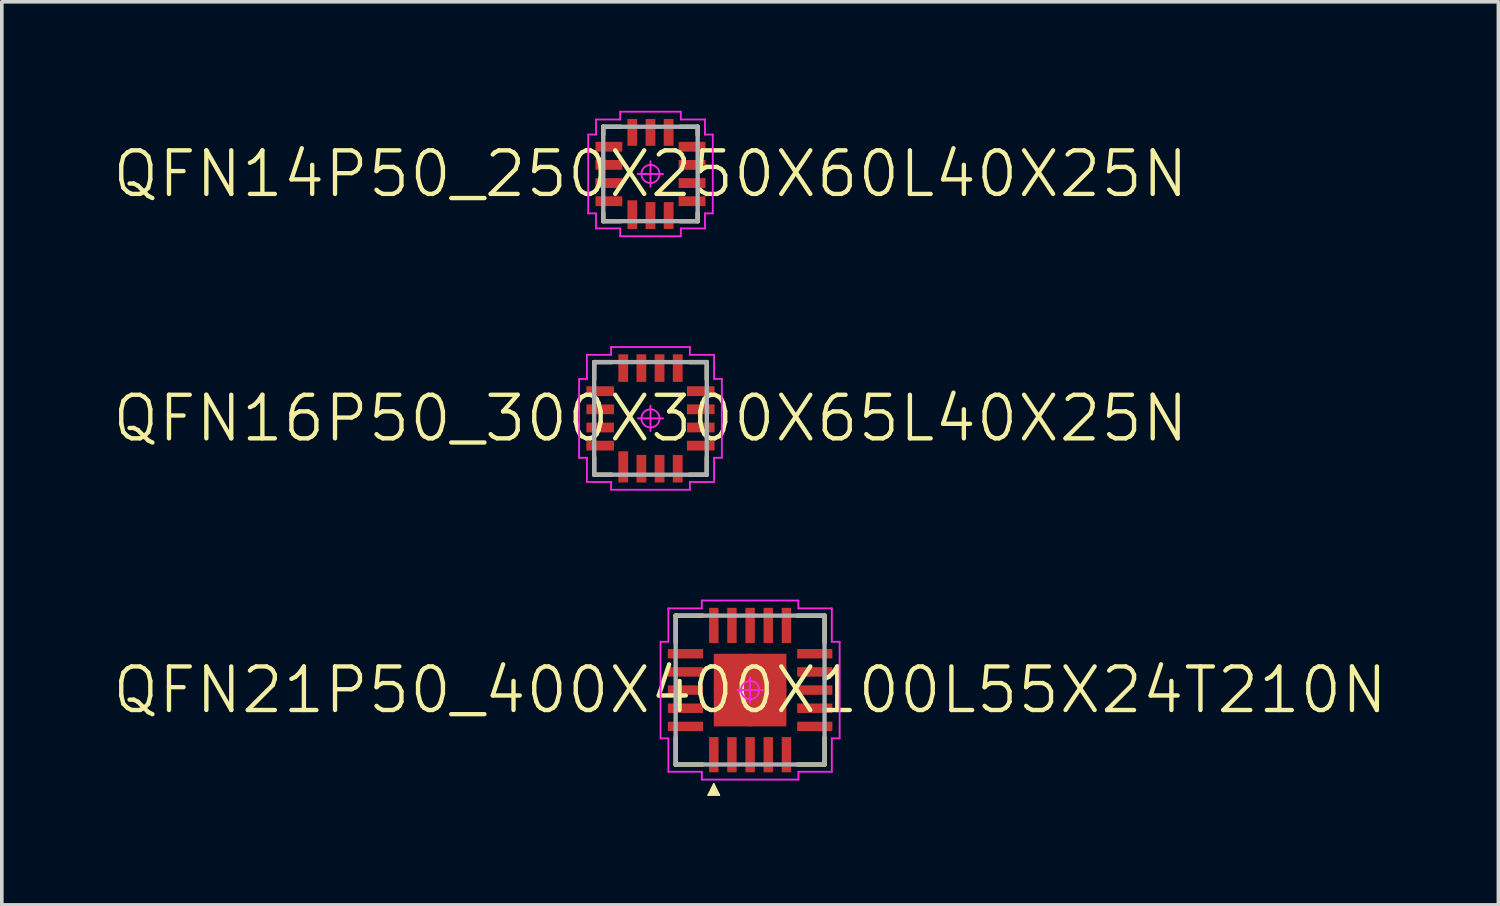
<source format=kicad_pcb>
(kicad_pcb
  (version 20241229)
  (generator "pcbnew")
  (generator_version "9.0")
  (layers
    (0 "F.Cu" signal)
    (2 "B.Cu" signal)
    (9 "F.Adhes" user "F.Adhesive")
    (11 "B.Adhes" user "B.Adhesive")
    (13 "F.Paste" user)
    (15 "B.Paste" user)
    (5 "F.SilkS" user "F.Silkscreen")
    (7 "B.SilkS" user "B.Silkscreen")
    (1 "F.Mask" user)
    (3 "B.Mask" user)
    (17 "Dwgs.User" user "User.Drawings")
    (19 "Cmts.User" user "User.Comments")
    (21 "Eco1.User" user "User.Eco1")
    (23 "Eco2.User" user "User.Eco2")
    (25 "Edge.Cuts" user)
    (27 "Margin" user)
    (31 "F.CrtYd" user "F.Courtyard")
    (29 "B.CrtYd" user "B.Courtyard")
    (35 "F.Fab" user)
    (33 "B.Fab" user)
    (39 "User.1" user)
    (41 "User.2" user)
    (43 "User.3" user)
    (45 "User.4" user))
  (footprint "QFN16P50_300X300X65L40X25N"
    (layer "F.Cu")
    (at 14.86 8.47)
    (property "Reference" "QFN16P50_300X300X65L40X25N" (at 0 0 0) (layer "F.SilkS") (effects (font (size 1.2 1.2) (thickness 0.12))))
    (attr smd)
    (fp_line (start -1.55 -1.55) (end -1.55 -1.07) (stroke (width 0.12) (type solid)) (layer "F.SilkS"))
    (fp_line (start -1.55 1.55) (end -1.55 1.07) (stroke (width 0.12) (type solid)) (layer "F.SilkS"))
    (fp_line (start -1.07 -1.55) (end -1.55 -1.55) (stroke (width 0.12) (type solid)) (layer "F.SilkS"))
    (fp_line (start -1.07 1.55) (end -1.55 1.55) (stroke (width 0.12) (type solid)) (layer "F.SilkS"))
    (fp_line (start 1.07 -1.55) (end 1.55 -1.55) (stroke (width 0.12) (type solid)) (layer "F.SilkS"))
    (fp_line (start 1.07 1.55) (end 1.55 1.55) (stroke (width 0.12) (type solid)) (layer "F.SilkS"))
    (fp_line (start 1.55 -1.55) (end 1.55 -1.07) (stroke (width 0.12) (type solid)) (layer "F.SilkS"))
    (fp_line (start 1.55 1.55) (end 1.55 1.07) (stroke (width 0.12) (type solid)) (layer "F.SilkS"))
    (fp_line (start -1.965 -1.085) (end -1.965 1.085) (stroke (width 0.05) (type solid)) (layer "F.CrtYd"))
    (fp_line (start -1.965 1.085) (end -1.75 1.085) (stroke (width 0.05) (type solid)) (layer "F.CrtYd"))
    (fp_line (start -1.75 -1.75) (end -1.75 -1.085) (stroke (width 0.05) (type solid)) (layer "F.CrtYd"))
    (fp_line (start -1.75 -1.085) (end -1.965 -1.085) (stroke (width 0.05) (type solid)) (layer "F.CrtYd"))
    (fp_line (start -1.75 1.085) (end -1.75 1.75) (stroke (width 0.05) (type solid)) (layer "F.CrtYd"))
    (fp_line (start -1.75 1.75) (end -1.085 1.75) (stroke (width 0.05) (type solid)) (layer "F.CrtYd"))
    (fp_line (start -1.085 -1.965) (end -1.085 -1.75) (stroke (width 0.05) (type solid)) (layer "F.CrtYd"))
    (fp_line (start -1.085 -1.75) (end -1.75 -1.75) (stroke (width 0.05) (type solid)) (layer "F.CrtYd"))
    (fp_line (start -1.085 1.75) (end -1.085 1.965) (stroke (width 0.05) (type solid)) (layer "F.CrtYd"))
    (fp_line (start -1.085 1.965) (end 1.085 1.965) (stroke (width 0.05) (type solid)) (layer "F.CrtYd"))
    (fp_line (start -0.35 0) (end 0.35 0) (stroke (width 0.05) (type solid)) (layer "F.CrtYd"))
    (fp_line (start 0 -0.35) (end 0 0.35) (stroke (width 0.05) (type solid)) (layer "F.CrtYd"))
    (fp_line (start 1.085 -1.965) (end -1.085 -1.965) (stroke (width 0.05) (type solid)) (layer "F.CrtYd"))
    (fp_line (start 1.085 -1.75) (end 1.085 -1.965) (stroke (width 0.05) (type solid)) (layer "F.CrtYd"))
    (fp_line (start 1.085 1.75) (end 1.75 1.75) (stroke (width 0.05) (type solid)) (layer "F.CrtYd"))
    (fp_line (start 1.085 1.965) (end 1.085 1.75) (stroke (width 0.05) (type solid)) (layer "F.CrtYd"))
    (fp_line (start 1.75 -1.75) (end 1.085 -1.75) (stroke (width 0.05) (type solid)) (layer "F.CrtYd"))
    (fp_line (start 1.75 -1.085) (end 1.75 -1.75) (stroke (width 0.05) (type solid)) (layer "F.CrtYd"))
    (fp_line (start 1.75 1.085) (end 1.965 1.085) (stroke (width 0.05) (type solid)) (layer "F.CrtYd"))
    (fp_line (start 1.75 1.75) (end 1.75 1.085) (stroke (width 0.05) (type solid)) (layer "F.CrtYd"))
    (fp_line (start 1.965 -1.085) (end 1.75 -1.085) (stroke (width 0.05) (type solid)) (layer "F.CrtYd"))
    (fp_line (start 1.965 1.085) (end 1.965 -1.085) (stroke (width 0.05) (type solid)) (layer "F.CrtYd"))
    (fp_circle (center 0 0) (end 0 0.25) (stroke (width 0.05) (type solid)) (fill no) (layer "F.CrtYd"))
    (fp_line (start -1.55 -1.55) (end 1.55 -1.55) (stroke (width 0.12) (type solid)) (layer "F.Fab"))
    (fp_line (start -1.55 1.55) (end -1.55 -1.55) (stroke (width 0.12) (type solid)) (layer "F.Fab"))
    (fp_line (start 1.55 -1.55) (end 1.55 1.55) (stroke (width 0.12) (type solid)) (layer "F.Fab"))
    (fp_line (start 1.55 1.55) (end -1.55 1.55) (stroke (width 0.12) (type solid)) (layer "F.Fab"))
    (pad "1" smd rect (at -0.75 1.335 90) (size 0.86 0.27) (layers "F.Cu" "F.Mask" "F.Paste"))
    (pad "2" smd rect (at -0.25 1.385 90) (size 0.76 0.27) (layers "F.Cu" "F.Mask" "F.Paste"))
    (pad "3" smd rect (at 0.25 1.385 90) (size 0.76 0.27) (layers "F.Cu" "F.Mask" "F.Paste"))
    (pad "4" smd rect (at 0.75 1.385 90) (size 0.76 0.27) (layers "F.Cu" "F.Mask" "F.Paste"))
    (pad "5" smd rect (at 1.385 0.75) (size 0.76 0.27) (layers "F.Cu" "F.Mask" "F.Paste"))
    (pad "6" smd rect (at 1.385 0.25) (size 0.76 0.27) (layers "F.Cu" "F.Mask" "F.Paste"))
    (pad "7" smd rect (at 1.385 -0.25) (size 0.76 0.27) (layers "F.Cu" "F.Mask" "F.Paste"))
    (pad "8" smd rect (at 1.385 -0.75) (size 0.76 0.27) (layers "F.Cu" "F.Mask" "F.Paste"))
    (pad "9" smd rect (at 0.75 -1.385 90) (size 0.76 0.27) (layers "F.Cu" "F.Mask" "F.Paste"))
    (pad "10" smd rect (at 0.25 -1.385 90) (size 0.76 0.27) (layers "F.Cu" "F.Mask" "F.Paste"))
    (pad "11" smd rect (at -0.25 -1.385 90) (size 0.76 0.27) (layers "F.Cu" "F.Mask" "F.Paste"))
    (pad "12" smd rect (at -0.75 -1.385 90) (size 0.76 0.27) (layers "F.Cu" "F.Mask" "F.Paste"))
    (pad "13" smd rect (at -1.385 -0.75) (size 0.76 0.27) (layers "F.Cu" "F.Mask" "F.Paste"))
    (pad "14" smd rect (at -1.385 -0.25) (size 0.76 0.27) (layers "F.Cu" "F.Mask" "F.Paste"))
    (pad "15" smd rect (at -1.385 0.25) (size 0.76 0.27) (layers "F.Cu" "F.Mask" "F.Paste"))
    (pad "16" smd rect (at -1.385 0.75) (size 0.76 0.27) (layers "F.Cu" "F.Mask" "F.Paste")))
  (footprint "QFN14P50_250X250X60L40X25N"
    (layer "F.Cu")
    (at 14.86 1.74)
    (property "Reference" "QFN14P50_250X250X60L40X25N" (at 0 0 0) (layer "F.SilkS") (effects (font (size 1.2 1.2) (thickness 0.12))))
    (attr smd)
    (fp_line (start -1.3 -1.3) (end -1.3 -1.07) (stroke (width 0.12) (type solid)) (layer "F.SilkS"))
    (fp_line (start -1.3 1.3) (end -1.3 1.07) (stroke (width 0.12) (type solid)) (layer "F.SilkS"))
    (fp_line (start -0.82 -1.3) (end -1.3 -1.3) (stroke (width 0.12) (type solid)) (layer "F.SilkS"))
    (fp_line (start -0.82 1.3) (end -1.3 1.3) (stroke (width 0.12) (type solid)) (layer "F.SilkS"))
    (fp_line (start 0.82 -1.3) (end 1.3 -1.3) (stroke (width 0.12) (type solid)) (layer "F.SilkS"))
    (fp_line (start 0.82 1.3) (end 1.3 1.3) (stroke (width 0.12) (type solid)) (layer "F.SilkS"))
    (fp_line (start 1.3 -1.3) (end 1.3 -1.07) (stroke (width 0.12) (type solid)) (layer "F.SilkS"))
    (fp_line (start 1.3 1.3) (end 1.3 1.07) (stroke (width 0.12) (type solid)) (layer "F.SilkS"))
    (fp_line (start -1.715 -1.085) (end -1.715 1.085) (stroke (width 0.05) (type solid)) (layer "F.CrtYd"))
    (fp_line (start -1.715 1.085) (end -1.5 1.085) (stroke (width 0.05) (type solid)) (layer "F.CrtYd"))
    (fp_line (start -1.5 -1.5) (end -1.5 -1.085) (stroke (width 0.05) (type solid)) (layer "F.CrtYd"))
    (fp_line (start -1.5 -1.085) (end -1.715 -1.085) (stroke (width 0.05) (type solid)) (layer "F.CrtYd"))
    (fp_line (start -1.5 1.085) (end -1.5 1.5) (stroke (width 0.05) (type solid)) (layer "F.CrtYd"))
    (fp_line (start -1.5 1.5) (end -0.835 1.5) (stroke (width 0.05) (type solid)) (layer "F.CrtYd"))
    (fp_line (start -0.835 -1.715) (end -0.835 -1.5) (stroke (width 0.05) (type solid)) (layer "F.CrtYd"))
    (fp_line (start -0.835 -1.5) (end -1.5 -1.5) (stroke (width 0.05) (type solid)) (layer "F.CrtYd"))
    (fp_line (start -0.835 1.5) (end -0.835 1.715) (stroke (width 0.05) (type solid)) (layer "F.CrtYd"))
    (fp_line (start -0.835 1.715) (end 0.835 1.715) (stroke (width 0.05) (type solid)) (layer "F.CrtYd"))
    (fp_line (start -0.35 0) (end 0.35 0) (stroke (width 0.05) (type solid)) (layer "F.CrtYd"))
    (fp_line (start 0 -0.35) (end 0 0.35) (stroke (width 0.05) (type solid)) (layer "F.CrtYd"))
    (fp_line (start 0.835 -1.715) (end -0.835 -1.715) (stroke (width 0.05) (type solid)) (layer "F.CrtYd"))
    (fp_line (start 0.835 -1.5) (end 0.835 -1.715) (stroke (width 0.05) (type solid)) (layer "F.CrtYd"))
    (fp_line (start 0.835 1.5) (end 1.5 1.5) (stroke (width 0.05) (type solid)) (layer "F.CrtYd"))
    (fp_line (start 0.835 1.715) (end 0.835 1.5) (stroke (width 0.05) (type solid)) (layer "F.CrtYd"))
    (fp_line (start 1.5 -1.5) (end 0.835 -1.5) (stroke (width 0.05) (type solid)) (layer "F.CrtYd"))
    (fp_line (start 1.5 -1.085) (end 1.5 -1.5) (stroke (width 0.05) (type solid)) (layer "F.CrtYd"))
    (fp_line (start 1.5 1.085) (end 1.715 1.085) (stroke (width 0.05) (type solid)) (layer "F.CrtYd"))
    (fp_line (start 1.5 1.5) (end 1.5 1.085) (stroke (width 0.05) (type solid)) (layer "F.CrtYd"))
    (fp_line (start 1.715 -1.085) (end 1.5 -1.085) (stroke (width 0.05) (type solid)) (layer "F.CrtYd"))
    (fp_line (start 1.715 1.085) (end 1.715 -1.085) (stroke (width 0.05) (type solid)) (layer "F.CrtYd"))
    (fp_circle (center 0 0) (end 0 0.25) (stroke (width 0.05) (type solid)) (fill no) (layer "F.CrtYd"))
    (fp_line (start -1.3 -1.3) (end 1.3 -1.3) (stroke (width 0.12) (type solid)) (layer "F.Fab"))
    (fp_line (start -1.3 1.3) (end -1.3 -1.3) (stroke (width 0.12) (type solid)) (layer "F.Fab"))
    (fp_line (start 1.3 -1.3) (end 1.3 1.3) (stroke (width 0.12) (type solid)) (layer "F.Fab"))
    (fp_line (start 1.3 1.3) (end -1.3 1.3) (stroke (width 0.12) (type solid)) (layer "F.Fab"))
    (pad "1" smd rect (at -0.5 1.12 90) (size 0.79 0.27) (layers "F.Cu" "F.Mask" "F.Paste"))
    (pad "2" smd rect (at 0 1.145 90) (size 0.74 0.27) (layers "F.Cu" "F.Mask" "F.Paste"))
    (pad "3" smd rect (at 0.5 1.145 90) (size 0.74 0.27) (layers "F.Cu" "F.Mask" "F.Paste"))
    (pad "4" smd rect (at 1.145 0.75) (size 0.74 0.27) (layers "F.Cu" "F.Mask" "F.Paste"))
    (pad "5" smd rect (at 1.145 0.25) (size 0.74 0.27) (layers "F.Cu" "F.Mask" "F.Paste"))
    (pad "6" smd rect (at 1.145 -0.25) (size 0.74 0.27) (layers "F.Cu" "F.Mask" "F.Paste"))
    (pad "7" smd rect (at 1.145 -0.75) (size 0.74 0.27) (layers "F.Cu" "F.Mask" "F.Paste"))
    (pad "8" smd rect (at 0.5 -1.145 90) (size 0.74 0.27) (layers "F.Cu" "F.Mask" "F.Paste"))
    (pad "9" smd rect (at 0 -1.145 90) (size 0.74 0.27) (layers "F.Cu" "F.Mask" "F.Paste"))
    (pad "10" smd rect (at -0.5 -1.145 90) (size 0.74 0.27) (layers "F.Cu" "F.Mask" "F.Paste"))
    (pad "11" smd rect (at -1.145 -0.75) (size 0.74 0.27) (layers "F.Cu" "F.Mask" "F.Paste"))
    (pad "12" smd rect (at -1.145 -0.25) (size 0.74 0.27) (layers "F.Cu" "F.Mask" "F.Paste"))
    (pad "13" smd rect (at -1.145 0.25) (size 0.74 0.27) (layers "F.Cu" "F.Mask" "F.Paste"))
    (pad "14" smd rect (at -1.145 0.75) (size 0.74 0.27) (layers "F.Cu" "F.Mask" "F.Paste")))
  (footprint "QFN21P50_400X400X100L55X24T210N"
    (layer "F.Cu")
    (at 17.603 15.95)
    (property "Reference" "QFN21P50_400X400X100L55X24T210N" (at 0 0 0) (layer "F.SilkS") (effects (font (size 1.2 1.2) (thickness 0.12))))
    (attr smd)
    (fp_line (start -2.05 -2.05) (end -2.05 -1.31) (stroke (width 0.12) (type solid)) (layer "F.SilkS"))
    (fp_line (start -2.05 2.05) (end -2.05 1.31) (stroke (width 0.12) (type solid)) (layer "F.SilkS"))
    (fp_line (start -1.31 -2.05) (end -2.05 -2.05) (stroke (width 0.12) (type solid)) (layer "F.SilkS"))
    (fp_line (start -1.31 2.05) (end -2.05 2.05) (stroke (width 0.12) (type solid)) (layer "F.SilkS"))
    (fp_line (start -1.15 2.89) (end -0.85 2.89) (stroke (width 0.05) (type solid)) (layer "F.SilkS"))
    (fp_line (start -1.09 2.83) (end -1.09 2.86) (stroke (width 0.05) (type solid)) (layer "F.SilkS"))
    (fp_line (start -1.06 2.77) (end -1.06 2.86) (stroke (width 0.05) (type solid)) (layer "F.SilkS"))
    (fp_line (start -1.03 2.71) (end -1.03 2.86) (stroke (width 0.05) (type solid)) (layer "F.SilkS"))
    (fp_line (start -1 2.59) (end -1.15 2.89) (stroke (width 0.05) (type solid)) (layer "F.SilkS"))
    (fp_line (start -1 2.65) (end -1 2.86) (stroke (width 0.05) (type solid)) (layer "F.SilkS"))
    (fp_line (start -0.97 2.71) (end -0.97 2.86) (stroke (width 0.05) (type solid)) (layer "F.SilkS"))
    (fp_line (start -0.94 2.77) (end -0.94 2.86) (stroke (width 0.05) (type solid)) (layer "F.SilkS"))
    (fp_line (start -0.91 2.83) (end -0.91 2.86) (stroke (width 0.05) (type solid)) (layer "F.SilkS"))
    (fp_line (start -0.85 2.89) (end -1 2.59) (stroke (width 0.05) (type solid)) (layer "F.SilkS"))
    (fp_line (start 1.31 -2.05) (end 2.05 -2.05) (stroke (width 0.12) (type solid)) (layer "F.SilkS"))
    (fp_line (start 1.31 2.05) (end 2.05 2.05) (stroke (width 0.12) (type solid)) (layer "F.SilkS"))
    (fp_line (start 2.05 -2.05) (end 2.05 -1.31) (stroke (width 0.12) (type solid)) (layer "F.SilkS"))
    (fp_line (start 2.05 2.05) (end 2.05 1.31) (stroke (width 0.12) (type solid)) (layer "F.SilkS"))
    (fp_line (start -2.465 -1.33) (end -2.465 1.33) (stroke (width 0.05) (type solid)) (layer "F.CrtYd"))
    (fp_line (start -2.465 1.33) (end -2.25 1.33) (stroke (width 0.05) (type solid)) (layer "F.CrtYd"))
    (fp_line (start -2.25 -2.25) (end -2.25 -1.33) (stroke (width 0.05) (type solid)) (layer "F.CrtYd"))
    (fp_line (start -2.25 -1.33) (end -2.465 -1.33) (stroke (width 0.05) (type solid)) (layer "F.CrtYd"))
    (fp_line (start -2.25 1.33) (end -2.25 2.25) (stroke (width 0.05) (type solid)) (layer "F.CrtYd"))
    (fp_line (start -2.25 2.25) (end -1.33 2.25) (stroke (width 0.05) (type solid)) (layer "F.CrtYd"))
    (fp_line (start -1.33 -2.465) (end -1.33 -2.25) (stroke (width 0.05) (type solid)) (layer "F.CrtYd"))
    (fp_line (start -1.33 -2.25) (end -2.25 -2.25) (stroke (width 0.05) (type solid)) (layer "F.CrtYd"))
    (fp_line (start -1.33 2.25) (end -1.33 2.465) (stroke (width 0.05) (type solid)) (layer "F.CrtYd"))
    (fp_line (start -1.33 2.465) (end 1.33 2.465) (stroke (width 0.05) (type solid)) (layer "F.CrtYd"))
    (fp_line (start -0.35 0) (end 0.35 0) (stroke (width 0.05) (type solid)) (layer "F.CrtYd"))
    (fp_line (start 0 -0.35) (end 0 0.35) (stroke (width 0.05) (type solid)) (layer "F.CrtYd"))
    (fp_line (start 1.33 -2.465) (end -1.33 -2.465) (stroke (width 0.05) (type solid)) (layer "F.CrtYd"))
    (fp_line (start 1.33 -2.25) (end 1.33 -2.465) (stroke (width 0.05) (type solid)) (layer "F.CrtYd"))
    (fp_line (start 1.33 2.25) (end 2.25 2.25) (stroke (width 0.05) (type solid)) (layer "F.CrtYd"))
    (fp_line (start 1.33 2.465) (end 1.33 2.25) (stroke (width 0.05) (type solid)) (layer "F.CrtYd"))
    (fp_line (start 2.25 -2.25) (end 1.33 -2.25) (stroke (width 0.05) (type solid)) (layer "F.CrtYd"))
    (fp_line (start 2.25 -1.33) (end 2.25 -2.25) (stroke (width 0.05) (type solid)) (layer "F.CrtYd"))
    (fp_line (start 2.25 1.33) (end 2.465 1.33) (stroke (width 0.05) (type solid)) (layer "F.CrtYd"))
    (fp_line (start 2.25 2.25) (end 2.25 1.33) (stroke (width 0.05) (type solid)) (layer "F.CrtYd"))
    (fp_line (start 2.465 -1.33) (end 2.25 -1.33) (stroke (width 0.05) (type solid)) (layer "F.CrtYd"))
    (fp_line (start 2.465 1.33) (end 2.465 -1.33) (stroke (width 0.05) (type solid)) (layer "F.CrtYd"))
    (fp_circle (center 0 0) (end 0 0.25) (stroke (width 0.05) (type solid)) (fill no) (layer "F.CrtYd"))
    (fp_line (start -2.05 -2.05) (end 2.05 -2.05) (stroke (width 0.12) (type solid)) (layer "F.Fab"))
    (fp_line (start -2.05 2.05) (end -2.05 -2.05) (stroke (width 0.12) (type solid)) (layer "F.Fab"))
    (fp_line (start 2.05 -2.05) (end 2.05 2.05) (stroke (width 0.12) (type solid)) (layer "F.Fab"))
    (fp_line (start 2.05 2.05) (end -2.05 2.05) (stroke (width 0.12) (type solid)) (layer "F.Fab"))
    (pad "1" smd rect (at -1 1.78 90) (size 0.97 0.26) (layers "F.Cu" "F.Mask" "F.Paste"))
    (pad "2" smd rect (at -0.5 1.78 90) (size 0.97 0.26) (layers "F.Cu" "F.Mask" "F.Paste"))
    (pad "3" smd rect (at 0 1.78 90) (size 0.97 0.26) (layers "F.Cu" "F.Mask" "F.Paste"))
    (pad "4" smd rect (at 0.5 1.78 90) (size 0.97 0.26) (layers "F.Cu" "F.Mask" "F.Paste"))
    (pad "5" smd rect (at 1 1.78 90) (size 0.97 0.26) (layers "F.Cu" "F.Mask" "F.Paste"))
    (pad "6" smd rect (at 1.78 1) (size 0.97 0.26) (layers "F.Cu" "F.Mask" "F.Paste"))
    (pad "7" smd rect (at 1.78 0.5) (size 0.97 0.26) (layers "F.Cu" "F.Mask" "F.Paste"))
    (pad "8" smd rect (at 1.78 0) (size 0.97 0.26) (layers "F.Cu" "F.Mask" "F.Paste"))
    (pad "9" smd rect (at 1.78 -0.5) (size 0.97 0.26) (layers "F.Cu" "F.Mask" "F.Paste"))
    (pad "10" smd rect (at 1.78 -1) (size 0.97 0.26) (layers "F.Cu" "F.Mask" "F.Paste"))
    (pad "11" smd rect (at 1 -1.78 90) (size 0.97 0.26) (layers "F.Cu" "F.Mask" "F.Paste"))
    (pad "12" smd rect (at 0.5 -1.78 90) (size 0.97 0.26) (layers "F.Cu" "F.Mask" "F.Paste"))
    (pad "13" smd rect (at 0 -1.78 90) (size 0.97 0.26) (layers "F.Cu" "F.Mask" "F.Paste"))
    (pad "14" smd rect (at -0.5 -1.78 90) (size 0.97 0.26) (layers "F.Cu" "F.Mask" "F.Paste"))
    (pad "15" smd rect (at -1 -1.78 90) (size 0.97 0.26) (layers "F.Cu" "F.Mask" "F.Paste"))
    (pad "16" smd rect (at -1.78 -1) (size 0.97 0.26) (layers "F.Cu" "F.Mask" "F.Paste"))
    (pad "17" smd rect (at -1.78 -0.5) (size 0.97 0.26) (layers "F.Cu" "F.Mask" "F.Paste"))
    (pad "18" smd rect (at -1.78 0) (size 0.97 0.26) (layers "F.Cu" "F.Mask" "F.Paste"))
    (pad "19" smd rect (at -1.78 0.5) (size 0.97 0.26) (layers "F.Cu" "F.Mask" "F.Paste"))
    (pad "20" smd rect (at -1.78 1) (size 0.97 0.26) (layers "F.Cu" "F.Mask" "F.Paste"))
    (pad "21" smd rect (at -0.475 -0.475) (size 1.05 1.05) (layers "F.Cu" "F.Mask" "F.Paste"))
    (pad "21" smd rect (at -0.475 0.475) (size 1.05 1.05) (layers "F.Cu" "F.Mask" "F.Paste"))
    (pad "21" smd rect (at 0.475 -0.475) (size 1.05 1.05) (layers "F.Cu" "F.Mask" "F.Paste"))
    (pad "21" smd rect (at 0.475 0.475) (size 1.05 1.05) (layers "F.Cu" "F.Mask" "F.Paste")))
  (gr_rect
    (start -3 -3)
    (end 38.206 21.865)
    (stroke (width 0.1) (type default))
    (fill no)
    (layer "Edge.Cuts")))
</source>
